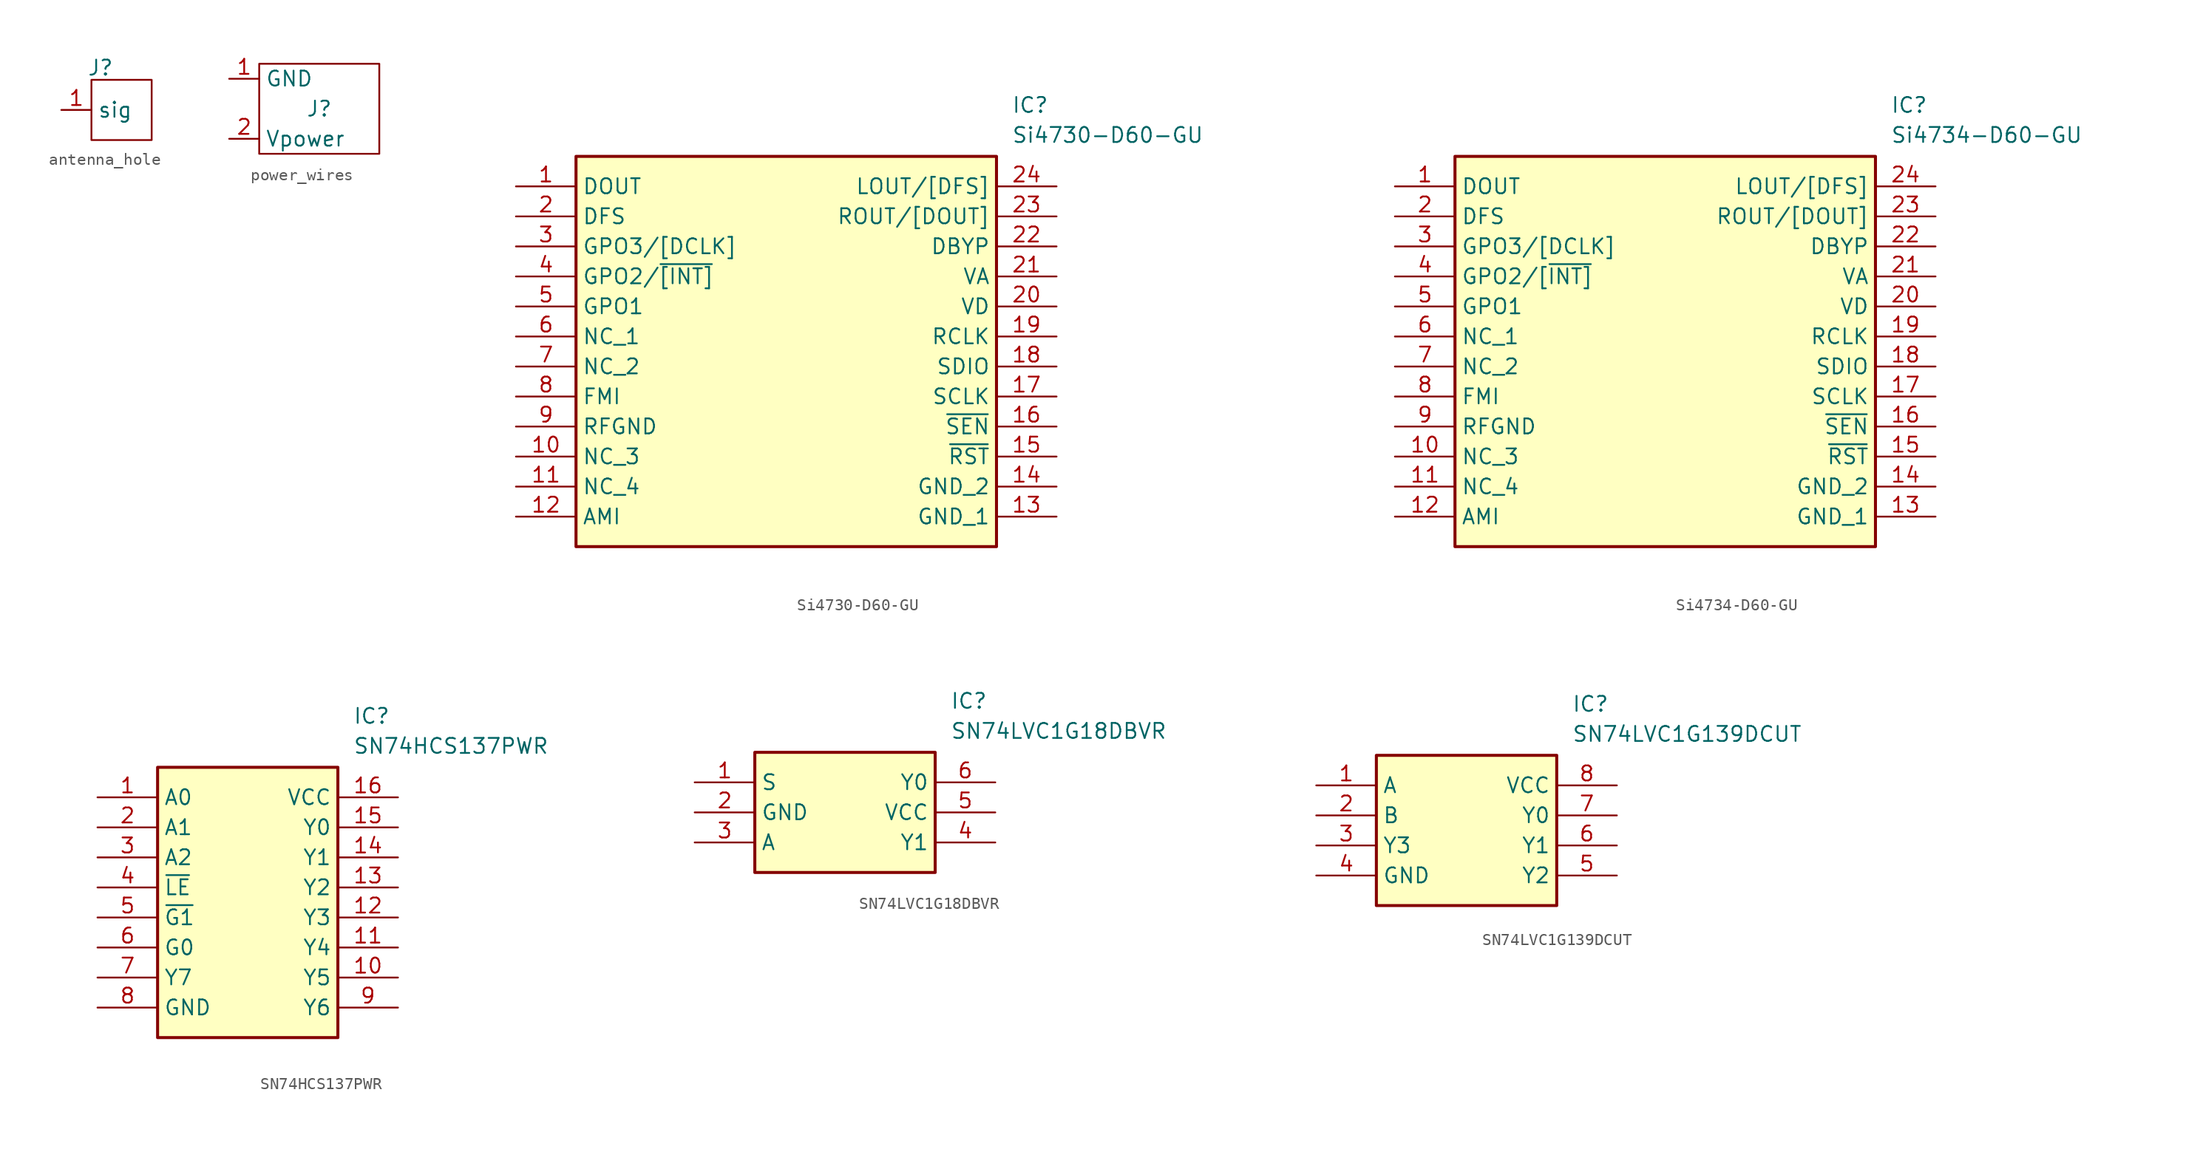
<source format=kicad_sym>
(kicad_symbol_lib
  (version 20231120)
  (generator "kicad_symbol_editor")
  (generator_version "8.0")
  (symbol "antenna_hole"
    (property "Reference" "J"
      (at 0.762 3.556 0)
      (effects (font (size 1.27 1.27))))
    (property "Value" ""
      (at 0 0 0)
      (effects (font (size 1.27 1.27))))
    (symbol "antenna_hole_0_1"
      (rectangle (start 0 2.54) (end 5.08 -2.54) (stroke (width 0) (type default)) (fill (type none))))
    (symbol "antenna_hole_1_1"
      (pin input line (at -2.54 0 0) (length 2.54) (name "sig" (effects (font (size 1.27 1.27)))) (number "1" (effects (font (size 1.27 1.27)))))))
  (symbol "power_wires"
    (property "Reference" "J"
      (at 0 0 0)
      (effects (font (size 1.27 1.27))))
    (property "Value" ""
      (at 0 0 0)
      (effects (font (size 1.27 1.27))))
    (symbol "power_wires_0_1"
      (rectangle (start -5.08 3.81) (end 5.08 -3.81) (stroke (width 0) (type default)) (fill (type none))))
    (symbol "power_wires_1_1"
      (pin input line (at -7.62 2.54 0) (length 2.54) (name "GND" (effects (font (size 1.27 1.27)))) (number "1" (effects (font (size 1.27 1.27)))))
      (pin input line (at -7.62 -2.54 0) (length 2.54) (name "Vpower" (effects (font (size 1.27 1.27)))) (number "2" (effects (font (size 1.27 1.27)))))))
  (symbol "Si4730-D60-GU"
    (property "Reference" "IC"
      (at 41.91 7.62 0)
      (effects (font (size 1.27 1.27)) (justify left top)))
    (property "Value" "Si4730-D60-GU"
      (at 41.91 5.08 0)
      (effects (font (size 1.27 1.27)) (justify left top)))
    (symbol "Si4730-D60-GU_1_1"
      (rectangle (start 5.08 2.54) (end 40.64 -30.48) (stroke (width 0.254) (type default)) (fill (type background)))
      (pin output line (at 0 0 0) (length 5.08) (name "DOUT" (effects (font (size 1.27 1.27)))) (number "1" (effects (font (size 1.27 1.27)))))
      (pin passive line (at 0 -22.86 0) (length 5.08) (name "NC_3" (effects (font (size 1.27 1.27)))) (number "10" (effects (font (size 1.27 1.27)))))
      (pin passive line (at 0 -25.4 0) (length 5.08) (name "NC_4" (effects (font (size 1.27 1.27)))) (number "11" (effects (font (size 1.27 1.27)))))
      (pin passive line (at 0 -27.94 0) (length 5.08) (name "AMI" (effects (font (size 1.27 1.27)))) (number "12" (effects (font (size 1.27 1.27)))))
      (pin power_in line (at 45.72 -27.94 180) (length 5.08) (name "GND_1" (effects (font (size 1.27 1.27)))) (number "13" (effects (font (size 1.27 1.27)))))
      (pin power_in line (at 45.72 -25.4 180) (length 5.08) (name "GND_2" (effects (font (size 1.27 1.27)))) (number "14" (effects (font (size 1.27 1.27)))))
      (pin input line (at 45.72 -22.86 180) (length 5.08) (name "~{RST}" (effects (font (size 1.27 1.27)))) (number "15" (effects (font (size 1.27 1.27)))))
      (pin passive line (at 45.72 -20.32 180) (length 5.08) (name "~{SEN}" (effects (font (size 1.27 1.27)))) (number "16" (effects (font (size 1.27 1.27)))))
      (pin input line (at 45.72 -17.78 180) (length 5.08) (name "SCLK" (effects (font (size 1.27 1.27)))) (number "17" (effects (font (size 1.27 1.27)))))
      (pin bidirectional line (at 45.72 -15.24 180) (length 5.08) (name "SDIO" (effects (font (size 1.27 1.27)))) (number "18" (effects (font (size 1.27 1.27)))))
      (pin input line (at 45.72 -12.7 180) (length 5.08) (name "RCLK" (effects (font (size 1.27 1.27)))) (number "19" (effects (font (size 1.27 1.27)))))
      (pin passive line (at 0 -2.54 0) (length 5.08) (name "DFS" (effects (font (size 1.27 1.27)))) (number "2" (effects (font (size 1.27 1.27)))))
      (pin passive line (at 45.72 -10.16 180) (length 5.08) (name "VD" (effects (font (size 1.27 1.27)))) (number "20" (effects (font (size 1.27 1.27)))))
      (pin passive line (at 45.72 -7.62 180) (length 5.08) (name "VA" (effects (font (size 1.27 1.27)))) (number "21" (effects (font (size 1.27 1.27)))))
      (pin passive line (at 45.72 -5.08 180) (length 5.08) (name "DBYP" (effects (font (size 1.27 1.27)))) (number "22" (effects (font (size 1.27 1.27)))))
      (pin output line (at 45.72 -2.54 180) (length 5.08) (name "ROUT/[DOUT]" (effects (font (size 1.27 1.27)))) (number "23" (effects (font (size 1.27 1.27)))))
      (pin output line (at 45.72 0 180) (length 5.08) (name "LOUT/[DFS]" (effects (font (size 1.27 1.27)))) (number "24" (effects (font (size 1.27 1.27)))))
      (pin input line (at 0 -5.08 0) (length 5.08) (name "GPO3/[DCLK]" (effects (font (size 1.27 1.27)))) (number "3" (effects (font (size 1.27 1.27)))))
      (pin input line (at 0 -7.62 0) (length 5.08) (name "GPO2/~{[INT]}" (effects (font (size 1.27 1.27)))) (number "4" (effects (font (size 1.27 1.27)))))
      (pin passive line (at 0 -10.16 0) (length 5.08) (name "GPO1" (effects (font (size 1.27 1.27)))) (number "5" (effects (font (size 1.27 1.27)))))
      (pin passive line (at 0 -12.7 0) (length 5.08) (name "NC_1" (effects (font (size 1.27 1.27)))) (number "6" (effects (font (size 1.27 1.27)))))
      (pin passive line (at 0 -15.24 0) (length 5.08) (name "NC_2" (effects (font (size 1.27 1.27)))) (number "7" (effects (font (size 1.27 1.27)))))
      (pin passive line (at 0 -17.78 0) (length 5.08) (name "FMI" (effects (font (size 1.27 1.27)))) (number "8" (effects (font (size 1.27 1.27)))))
      (pin power_in line (at 0 -20.32 0) (length 5.08) (name "RFGND" (effects (font (size 1.27 1.27)))) (number "9" (effects (font (size 1.27 1.27)))))))
  (symbol "Si4734-D60-GU"
    (property "Reference" "IC"
      (at 41.91 7.62 0)
      (effects (font (size 1.27 1.27)) (justify left top)))
    (property "Value" "Si4734-D60-GU"
      (at 41.91 5.08 0)
      (effects (font (size 1.27 1.27)) (justify left top)))
    (symbol "Si4734-D60-GU_1_1"
      (rectangle (start 5.08 2.54) (end 40.64 -30.48) (stroke (width 0.254) (type default)) (fill (type background)))
      (pin passive line (at 0 0 0) (length 5.08) (name "DOUT" (effects (font (size 1.27 1.27)))) (number "1" (effects (font (size 1.27 1.27)))))
      (pin passive line (at 0 -22.86 0) (length 5.08) (name "NC_3" (effects (font (size 1.27 1.27)))) (number "10" (effects (font (size 1.27 1.27)))))
      (pin passive line (at 0 -25.4 0) (length 5.08) (name "NC_4" (effects (font (size 1.27 1.27)))) (number "11" (effects (font (size 1.27 1.27)))))
      (pin passive line (at 0 -27.94 0) (length 5.08) (name "AMI" (effects (font (size 1.27 1.27)))) (number "12" (effects (font (size 1.27 1.27)))))
      (pin passive line (at 45.72 -27.94 180) (length 5.08) (name "GND_1" (effects (font (size 1.27 1.27)))) (number "13" (effects (font (size 1.27 1.27)))))
      (pin passive line (at 45.72 -25.4 180) (length 5.08) (name "GND_2" (effects (font (size 1.27 1.27)))) (number "14" (effects (font (size 1.27 1.27)))))
      (pin passive line (at 45.72 -22.86 180) (length 5.08) (name "~{RST}" (effects (font (size 1.27 1.27)))) (number "15" (effects (font (size 1.27 1.27)))))
      (pin passive line (at 45.72 -20.32 180) (length 5.08) (name "~{SEN}" (effects (font (size 1.27 1.27)))) (number "16" (effects (font (size 1.27 1.27)))))
      (pin passive line (at 45.72 -17.78 180) (length 5.08) (name "SCLK" (effects (font (size 1.27 1.27)))) (number "17" (effects (font (size 1.27 1.27)))))
      (pin passive line (at 45.72 -15.24 180) (length 5.08) (name "SDIO" (effects (font (size 1.27 1.27)))) (number "18" (effects (font (size 1.27 1.27)))))
      (pin passive line (at 45.72 -12.7 180) (length 5.08) (name "RCLK" (effects (font (size 1.27 1.27)))) (number "19" (effects (font (size 1.27 1.27)))))
      (pin passive line (at 0 -2.54 0) (length 5.08) (name "DFS" (effects (font (size 1.27 1.27)))) (number "2" (effects (font (size 1.27 1.27)))))
      (pin passive line (at 45.72 -10.16 180) (length 5.08) (name "VD" (effects (font (size 1.27 1.27)))) (number "20" (effects (font (size 1.27 1.27)))))
      (pin passive line (at 45.72 -7.62 180) (length 5.08) (name "VA" (effects (font (size 1.27 1.27)))) (number "21" (effects (font (size 1.27 1.27)))))
      (pin passive line (at 45.72 -5.08 180) (length 5.08) (name "DBYP" (effects (font (size 1.27 1.27)))) (number "22" (effects (font (size 1.27 1.27)))))
      (pin passive line (at 45.72 -2.54 180) (length 5.08) (name "ROUT/[DOUT]" (effects (font (size 1.27 1.27)))) (number "23" (effects (font (size 1.27 1.27)))))
      (pin passive line (at 45.72 0 180) (length 5.08) (name "LOUT/[DFS]" (effects (font (size 1.27 1.27)))) (number "24" (effects (font (size 1.27 1.27)))))
      (pin passive line (at 0 -5.08 0) (length 5.08) (name "GPO3/[DCLK]" (effects (font (size 1.27 1.27)))) (number "3" (effects (font (size 1.27 1.27)))))
      (pin passive line (at 0 -7.62 0) (length 5.08) (name "GPO2/[~{INT]}" (effects (font (size 1.27 1.27)))) (number "4" (effects (font (size 1.27 1.27)))))
      (pin passive line (at 0 -10.16 0) (length 5.08) (name "GPO1" (effects (font (size 1.27 1.27)))) (number "5" (effects (font (size 1.27 1.27)))))
      (pin passive line (at 0 -12.7 0) (length 5.08) (name "NC_1" (effects (font (size 1.27 1.27)))) (number "6" (effects (font (size 1.27 1.27)))))
      (pin passive line (at 0 -15.24 0) (length 5.08) (name "NC_2" (effects (font (size 1.27 1.27)))) (number "7" (effects (font (size 1.27 1.27)))))
      (pin passive line (at 0 -17.78 0) (length 5.08) (name "FMI" (effects (font (size 1.27 1.27)))) (number "8" (effects (font (size 1.27 1.27)))))
      (pin passive line (at 0 -20.32 0) (length 5.08) (name "RFGND" (effects (font (size 1.27 1.27)))) (number "9" (effects (font (size 1.27 1.27)))))))
  (symbol "SN74HCS137PWR"
    (property "Reference" "IC"
      (at 21.59 7.62 0)
      (effects (font (size 1.27 1.27)) (justify left top)))
    (property "Value" "SN74HCS137PWR"
      (at 21.59 5.08 0)
      (effects (font (size 1.27 1.27)) (justify left top)))
    (symbol "SN74HCS137PWR_1_1"
      (rectangle (start 5.08 2.54) (end 20.32 -20.32) (stroke (width 0.254) (type default)) (fill (type background)))
      (pin input line (at 0 0 0) (length 5.08) (name "A0" (effects (font (size 1.27 1.27)))) (number "1" (effects (font (size 1.27 1.27)))))
      (pin output line (at 25.4 -15.24 180) (length 5.08) (name "Y5" (effects (font (size 1.27 1.27)))) (number "10" (effects (font (size 1.27 1.27)))))
      (pin output line (at 25.4 -12.7 180) (length 5.08) (name "Y4" (effects (font (size 1.27 1.27)))) (number "11" (effects (font (size 1.27 1.27)))))
      (pin output line (at 25.4 -10.16 180) (length 5.08) (name "Y3" (effects (font (size 1.27 1.27)))) (number "12" (effects (font (size 1.27 1.27)))))
      (pin output line (at 25.4 -7.62 180) (length 5.08) (name "Y2" (effects (font (size 1.27 1.27)))) (number "13" (effects (font (size 1.27 1.27)))))
      (pin output line (at 25.4 -5.08 180) (length 5.08) (name "Y1" (effects (font (size 1.27 1.27)))) (number "14" (effects (font (size 1.27 1.27)))))
      (pin output line (at 25.4 -2.54 180) (length 5.08) (name "Y0" (effects (font (size 1.27 1.27)))) (number "15" (effects (font (size 1.27 1.27)))))
      (pin passive line (at 25.4 0 180) (length 5.08) (name "VCC" (effects (font (size 1.27 1.27)))) (number "16" (effects (font (size 1.27 1.27)))))
      (pin input line (at 0 -2.54 0) (length 5.08) (name "A1" (effects (font (size 1.27 1.27)))) (number "2" (effects (font (size 1.27 1.27)))))
      (pin input line (at 0 -5.08 0) (length 5.08) (name "A2" (effects (font (size 1.27 1.27)))) (number "3" (effects (font (size 1.27 1.27)))))
      (pin input line (at 0 -7.62 0) (length 5.08) (name "~{LE}" (effects (font (size 1.27 1.27)))) (number "4" (effects (font (size 1.27 1.27)))))
      (pin input line (at 0 -10.16 0) (length 5.08) (name "~{G1}" (effects (font (size 1.27 1.27)))) (number "5" (effects (font (size 1.27 1.27)))))
      (pin input line (at 0 -12.7 0) (length 5.08) (name "G0" (effects (font (size 1.27 1.27)))) (number "6" (effects (font (size 1.27 1.27)))))
      (pin output line (at 0 -15.24 0) (length 5.08) (name "Y7" (effects (font (size 1.27 1.27)))) (number "7" (effects (font (size 1.27 1.27)))))
      (pin passive line (at 0 -17.78 0) (length 5.08) (name "GND" (effects (font (size 1.27 1.27)))) (number "8" (effects (font (size 1.27 1.27)))))
      (pin output line (at 25.4 -17.78 180) (length 5.08) (name "Y6" (effects (font (size 1.27 1.27)))) (number "9" (effects (font (size 1.27 1.27)))))))
  (symbol "SN74LVC1G18DBVR"
    (property "Reference" "IC"
      (at 21.59 7.62 0)
      (effects (font (size 1.27 1.27)) (justify left top)))
    (property "Value" "SN74LVC1G18DBVR"
      (at 21.59 5.08 0)
      (effects (font (size 1.27 1.27)) (justify left top)))
    (symbol "SN74LVC1G18DBVR_1_1"
      (rectangle (start 5.08 2.54) (end 20.32 -7.62) (stroke (width 0.254) (type default)) (fill (type background)))
      (pin passive line (at 0 0 0) (length 5.08) (name "S" (effects (font (size 1.27 1.27)))) (number "1" (effects (font (size 1.27 1.27)))))
      (pin passive line (at 0 -2.54 0) (length 5.08) (name "GND" (effects (font (size 1.27 1.27)))) (number "2" (effects (font (size 1.27 1.27)))))
      (pin passive line (at 0 -5.08 0) (length 5.08) (name "A" (effects (font (size 1.27 1.27)))) (number "3" (effects (font (size 1.27 1.27)))))
      (pin passive line (at 25.4 -5.08 180) (length 5.08) (name "Y1" (effects (font (size 1.27 1.27)))) (number "4" (effects (font (size 1.27 1.27)))))
      (pin passive line (at 25.4 -2.54 180) (length 5.08) (name "VCC" (effects (font (size 1.27 1.27)))) (number "5" (effects (font (size 1.27 1.27)))))
      (pin passive line (at 25.4 0 180) (length 5.08) (name "Y0" (effects (font (size 1.27 1.27)))) (number "6" (effects (font (size 1.27 1.27)))))))
  (symbol "SN74LVC1G139DCUT"
    (property "Reference" "IC"
      (at 21.59 7.62 0)
      (effects (font (size 1.27 1.27)) (justify left top)))
    (property "Value" "SN74LVC1G139DCUT"
      (at 21.59 5.08 0)
      (effects (font (size 1.27 1.27)) (justify left top)))
    (symbol "SN74LVC1G139DCUT_1_1"
      (rectangle (start 5.08 2.54) (end 20.32 -10.16) (stroke (width 0.254) (type default)) (fill (type background)))
      (pin passive line (at 0 0 0) (length 5.08) (name "A" (effects (font (size 1.27 1.27)))) (number "1" (effects (font (size 1.27 1.27)))))
      (pin passive line (at 0 -2.54 0) (length 5.08) (name "B" (effects (font (size 1.27 1.27)))) (number "2" (effects (font (size 1.27 1.27)))))
      (pin passive line (at 0 -5.08 0) (length 5.08) (name "Y3" (effects (font (size 1.27 1.27)))) (number "3" (effects (font (size 1.27 1.27)))))
      (pin passive line (at 0 -7.62 0) (length 5.08) (name "GND" (effects (font (size 1.27 1.27)))) (number "4" (effects (font (size 1.27 1.27)))))
      (pin passive line (at 25.4 -7.62 180) (length 5.08) (name "Y2" (effects (font (size 1.27 1.27)))) (number "5" (effects (font (size 1.27 1.27)))))
      (pin passive line (at 25.4 -5.08 180) (length 5.08) (name "Y1" (effects (font (size 1.27 1.27)))) (number "6" (effects (font (size 1.27 1.27)))))
      (pin passive line (at 25.4 -2.54 180) (length 5.08) (name "Y0" (effects (font (size 1.27 1.27)))) (number "7" (effects (font (size 1.27 1.27)))))
      (pin passive line (at 25.4 0 180) (length 5.08) (name "VCC" (effects (font (size 1.27 1.27)))) (number "8" (effects (font (size 1.27 1.27))))))))
</source>
